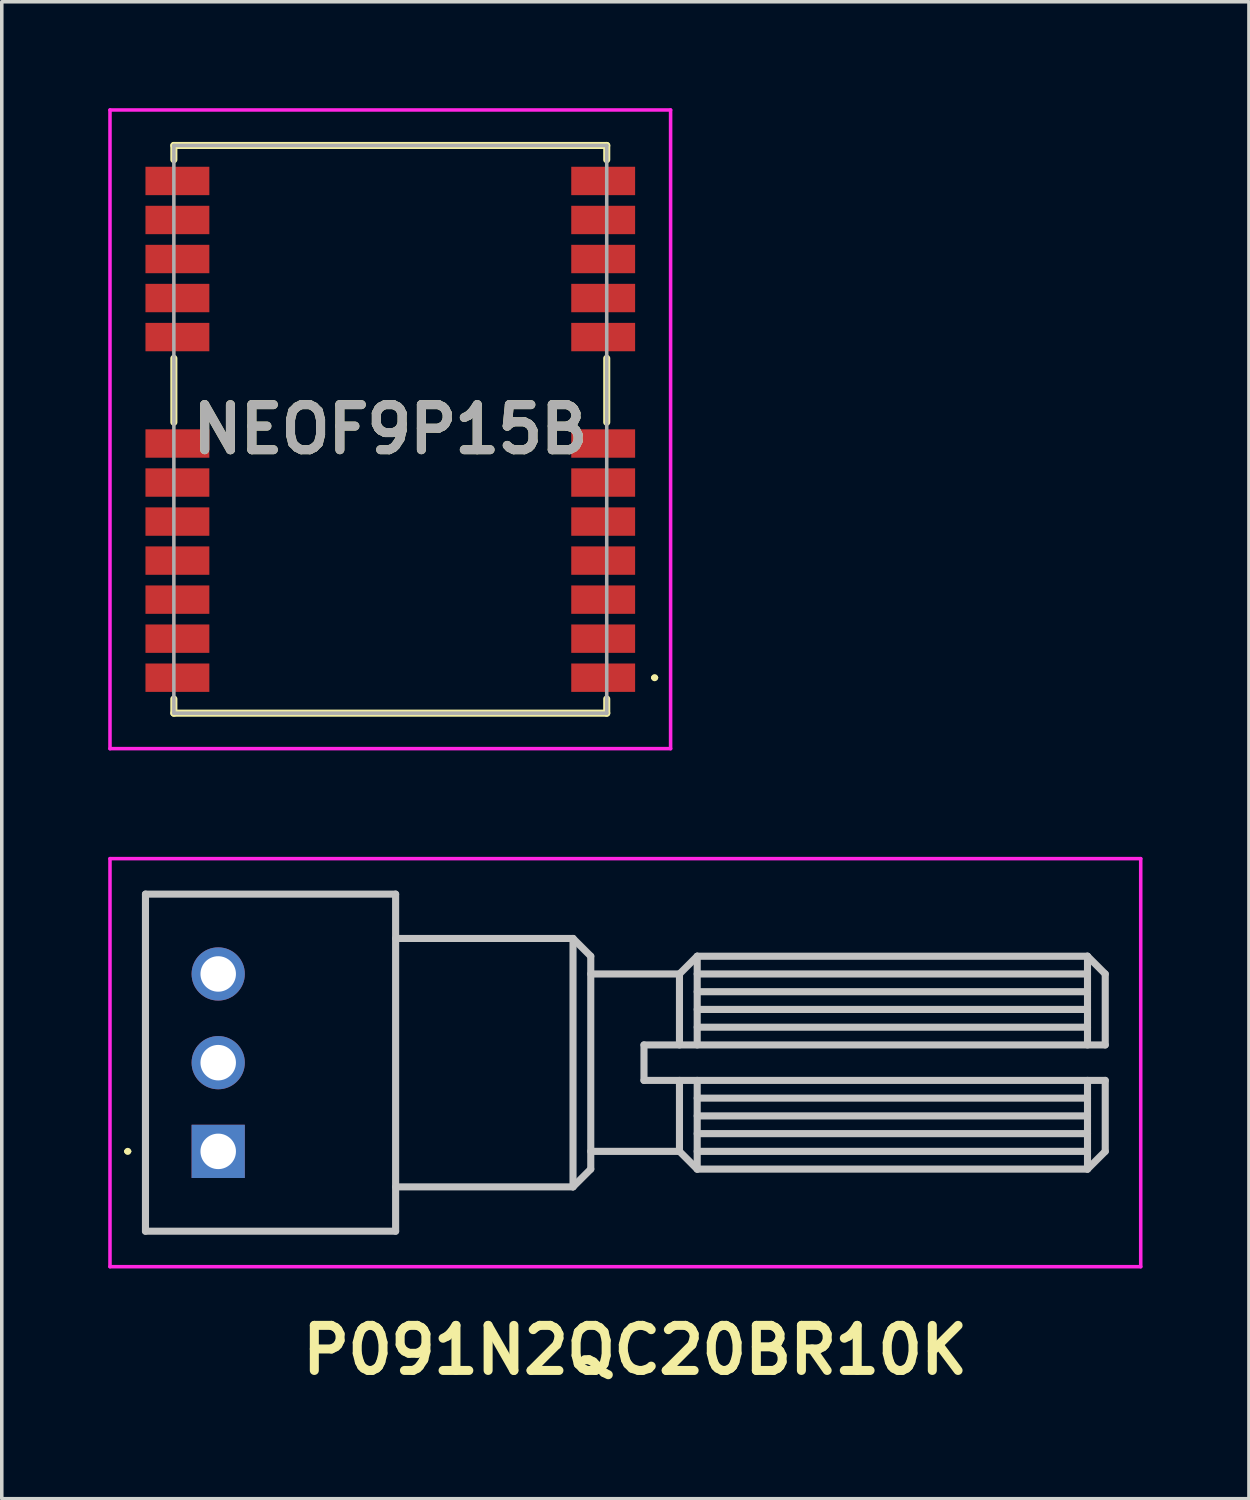
<source format=kicad_pcb>
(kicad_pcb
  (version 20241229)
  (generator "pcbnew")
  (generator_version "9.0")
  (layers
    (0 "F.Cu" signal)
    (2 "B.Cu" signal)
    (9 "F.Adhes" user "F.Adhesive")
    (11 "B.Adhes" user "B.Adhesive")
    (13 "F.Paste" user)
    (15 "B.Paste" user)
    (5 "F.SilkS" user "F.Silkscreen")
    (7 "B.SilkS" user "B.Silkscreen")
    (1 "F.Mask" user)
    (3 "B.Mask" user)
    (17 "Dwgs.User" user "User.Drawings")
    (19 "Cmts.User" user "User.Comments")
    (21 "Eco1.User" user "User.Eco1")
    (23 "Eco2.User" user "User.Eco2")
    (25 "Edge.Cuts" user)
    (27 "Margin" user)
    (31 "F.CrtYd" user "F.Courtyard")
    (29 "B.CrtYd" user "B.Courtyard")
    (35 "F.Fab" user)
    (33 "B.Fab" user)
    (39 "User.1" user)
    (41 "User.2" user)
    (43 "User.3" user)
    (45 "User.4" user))
  (footprint "NEOF9P15B"
    (layer "F.Cu")
    (at 7.95 9.05)
    (property "Reference" "NEOF9P15B" (at 0 0 0) (layer "F.SilkS") (effects (font (size 1.27 1.27) (thickness 0.254))))
    (attr smd)
    (fp_line (start -6.1 -8) (end -6.1 -7.6) (stroke (width 0.2) (type solid)) (layer "F.SilkS"))
    (fp_line (start -6.1 -2) (end -6.1 -0.2) (stroke (width 0.2) (type solid)) (layer "F.SilkS"))
    (fp_line (start -6.1 8) (end -6.1 7.6) (stroke (width 0.2) (type solid)) (layer "F.SilkS"))
    (fp_line (start 6.1 -8) (end -6.1 -8) (stroke (width 0.2) (type solid)) (layer "F.SilkS"))
    (fp_line (start 6.1 -7.6) (end 6.1 -8) (stroke (width 0.2) (type solid)) (layer "F.SilkS"))
    (fp_line (start 6.1 -2) (end 6.1 -0.2) (stroke (width 0.2) (type solid)) (layer "F.SilkS"))
    (fp_line (start 6.1 7.6) (end 6.1 8) (stroke (width 0.2) (type solid)) (layer "F.SilkS"))
    (fp_line (start 6.1 8) (end -6.1 8) (stroke (width 0.2) (type solid)) (layer "F.SilkS"))
    (fp_line (start 7.4 7) (end 7.4 7) (stroke (width 0.1) (type solid)) (layer "F.SilkS"))
    (fp_line (start 7.5 7) (end 7.5 7) (stroke (width 0.1) (type solid)) (layer "F.SilkS"))
    (fp_arc (start 7.4 7) (mid 7.45 6.95) (end 7.5 7) (stroke (width 0.1) (type solid)) (layer "F.SilkS"))
    (fp_arc (start 7.5 7) (mid 7.45 7.05) (end 7.4 7) (stroke (width 0.1) (type solid)) (layer "F.SilkS"))
    (fp_line (start -7.9 -9) (end 7.9 -9) (stroke (width 0.1) (type solid)) (layer "F.CrtYd"))
    (fp_line (start -7.9 9) (end -7.9 -9) (stroke (width 0.1) (type solid)) (layer "F.CrtYd"))
    (fp_line (start 7.9 -9) (end 7.9 9) (stroke (width 0.1) (type solid)) (layer "F.CrtYd"))
    (fp_line (start 7.9 9) (end -7.9 9) (stroke (width 0.1) (type solid)) (layer "F.CrtYd"))
    (fp_line (start -6.1 -8) (end -6.1 8) (stroke (width 0.1) (type solid)) (layer "F.Fab"))
    (fp_line (start -6.1 8) (end 6.1 8) (stroke (width 0.1) (type solid)) (layer "F.Fab"))
    (fp_line (start 6.1 -8) (end -6.1 -8) (stroke (width 0.1) (type solid)) (layer "F.Fab"))
    (fp_line (start 6.1 8) (end 6.1 -8) (stroke (width 0.1) (type solid)) (layer "F.Fab"))
    (fp_text user "${REFERENCE}" (at 0 0 0) (layer "F.Fab") (effects (font (size 1.27 1.27) (thickness 0.254))))
    (pad "1" smd rect (at 6 7 90) (size 0.8 1.8) (layers "F.Cu" "F.Mask" "F.Paste"))
    (pad "2" smd rect (at 6 5.9 90) (size 0.8 1.8) (layers "F.Cu" "F.Mask" "F.Paste"))
    (pad "3" smd rect (at 6 4.8 90) (size 0.8 1.8) (layers "F.Cu" "F.Mask" "F.Paste"))
    (pad "4" smd rect (at 6 3.7 90) (size 0.8 1.8) (layers "F.Cu" "F.Mask" "F.Paste"))
    (pad "5" smd rect (at 6 2.6 90) (size 0.8 1.8) (layers "F.Cu" "F.Mask" "F.Paste"))
    (pad "6" smd rect (at 6 1.5 90) (size 0.8 1.8) (layers "F.Cu" "F.Mask" "F.Paste"))
    (pad "7" smd rect (at 6 0.4 90) (size 0.8 1.8) (layers "F.Cu" "F.Mask" "F.Paste"))
    (pad "8" smd rect (at 6 -2.6 90) (size 0.8 1.8) (layers "F.Cu" "F.Mask" "F.Paste"))
    (pad "9" smd rect (at 6 -3.7 90) (size 0.8 1.8) (layers "F.Cu" "F.Mask" "F.Paste"))
    (pad "10" smd rect (at 6 -4.8 90) (size 0.8 1.8) (layers "F.Cu" "F.Mask" "F.Paste"))
    (pad "11" smd rect (at 6 -5.9 90) (size 0.8 1.8) (layers "F.Cu" "F.Mask" "F.Paste"))
    (pad "12" smd rect (at 6 -7 90) (size 0.8 1.8) (layers "F.Cu" "F.Mask" "F.Paste"))
    (pad "13" smd rect (at -6 -7 90) (size 0.8 1.8) (layers "F.Cu" "F.Mask" "F.Paste"))
    (pad "14" smd rect (at -6 -5.9 90) (size 0.8 1.8) (layers "F.Cu" "F.Mask" "F.Paste"))
    (pad "15" smd rect (at -6 -4.8 90) (size 0.8 1.8) (layers "F.Cu" "F.Mask" "F.Paste"))
    (pad "16" smd rect (at -6 -3.7 90) (size 0.8 1.8) (layers "F.Cu" "F.Mask" "F.Paste"))
    (pad "17" smd rect (at -6 -2.6 90) (size 0.8 1.8) (layers "F.Cu" "F.Mask" "F.Paste"))
    (pad "18" smd rect (at -6 0.4 90) (size 0.8 1.8) (layers "F.Cu" "F.Mask" "F.Paste"))
    (pad "19" smd rect (at -6 1.5 90) (size 0.8 1.8) (layers "F.Cu" "F.Mask" "F.Paste"))
    (pad "20" smd rect (at -6 2.6 90) (size 0.8 1.8) (layers "F.Cu" "F.Mask" "F.Paste"))
    (pad "21" smd rect (at -6 3.7 90) (size 0.8 1.8) (layers "F.Cu" "F.Mask" "F.Paste"))
    (pad "22" smd rect (at -6 4.8 90) (size 0.8 1.8) (layers "F.Cu" "F.Mask" "F.Paste"))
    (pad "23" smd rect (at -6 5.9 90) (size 0.8 1.8) (layers "F.Cu" "F.Mask" "F.Paste"))
    (pad "24" smd rect (at -6 7 90) (size 0.8 1.8) (layers "F.Cu" "F.Mask" "F.Paste")))
  (footprint "P091N2QC20BR10K"
    (layer "F.Cu")
    (at 3.1 29.4)
    (property "Reference" "P091N2QC20BR10K" (at 11.75 5.6 0) (layer "F.SilkS") (effects (font (size 1.27 1.27) (thickness 0.254))))
    (attr through_hole)
    (fp_line (start -2.6 0) (end -2.6 0) (stroke (width 0.1) (type solid)) (layer "F.SilkS"))
    (fp_line (start -2.5 0) (end -2.5 0) (stroke (width 0.1) (type solid)) (layer "F.SilkS"))
    (fp_arc (start -2.6 0) (mid -2.55 -0.05) (end -2.5 0) (stroke (width 0.1) (type solid)) (layer "F.SilkS"))
    (fp_arc (start -2.5 0) (mid -2.55 0.05) (end -2.6 0) (stroke (width 0.1) (type solid)) (layer "F.SilkS"))
    (fp_line (start -2.05 -7.25) (end 5 -7.25) (stroke (width 0.2) (type solid)) (layer "Dwgs.User"))
    (fp_line (start -2.05 2.25) (end -2.05 -7.25) (stroke (width 0.2) (type solid)) (layer "Dwgs.User"))
    (fp_line (start 5 -7.25) (end 5 2.25) (stroke (width 0.2) (type solid)) (layer "Dwgs.User"))
    (fp_line (start 5 -6) (end 10 -6) (stroke (width 0.2) (type solid)) (layer "Dwgs.User"))
    (fp_line (start 5 2.25) (end -2.05 2.25) (stroke (width 0.2) (type solid)) (layer "Dwgs.User"))
    (fp_line (start 10 -6) (end 10 1) (stroke (width 0.2) (type solid)) (layer "Dwgs.User"))
    (fp_line (start 10 -6) (end 10.5 -5.5) (stroke (width 0.2) (type solid)) (layer "Dwgs.User"))
    (fp_line (start 10 1) (end 5 1) (stroke (width 0.2) (type solid)) (layer "Dwgs.User"))
    (fp_line (start 10.5 -5.5) (end 10.5 0.5) (stroke (width 0.2) (type solid)) (layer "Dwgs.User"))
    (fp_line (start 10.5 -5) (end 13 -5) (stroke (width 0.2) (type solid)) (layer "Dwgs.User"))
    (fp_line (start 10.5 0) (end 13 0) (stroke (width 0.2) (type solid)) (layer "Dwgs.User"))
    (fp_line (start 10.5 0.5) (end 10 1) (stroke (width 0.2) (type solid)) (layer "Dwgs.User"))
    (fp_line (start 12 -3) (end 12 -2) (stroke (width 0.2) (type solid)) (layer "Dwgs.User"))
    (fp_line (start 12 -2) (end 25 -2) (stroke (width 0.2) (type solid)) (layer "Dwgs.User"))
    (fp_line (start 13 -5) (end 13.5 -5.5) (stroke (width 0.2) (type solid)) (layer "Dwgs.User"))
    (fp_line (start 13 -3) (end 13 -5) (stroke (width 0.2) (type solid)) (layer "Dwgs.User"))
    (fp_line (start 13 0) (end 13 -2) (stroke (width 0.2) (type solid)) (layer "Dwgs.User"))
    (fp_line (start 13.5 -5.5) (end 13.5 -3) (stroke (width 0.2) (type solid)) (layer "Dwgs.User"))
    (fp_line (start 13.5 -5.5) (end 24.5 -5.5) (stroke (width 0.2) (type solid)) (layer "Dwgs.User"))
    (fp_line (start 13.5 -5) (end 24.5 -5) (stroke (width 0.2) (type solid)) (layer "Dwgs.User"))
    (fp_line (start 13.5 -4.5) (end 24.5 -4.5) (stroke (width 0.2) (type solid)) (layer "Dwgs.User"))
    (fp_line (start 13.5 -4) (end 24.5 -4) (stroke (width 0.2) (type solid)) (layer "Dwgs.User"))
    (fp_line (start 13.5 -3.5) (end 24.5 -3.5) (stroke (width 0.2) (type solid)) (layer "Dwgs.User"))
    (fp_line (start 13.5 -2) (end 13.5 0.5) (stroke (width 0.2) (type solid)) (layer "Dwgs.User"))
    (fp_line (start 13.5 -1.5) (end 24.5 -1.5) (stroke (width 0.2) (type solid)) (layer "Dwgs.User"))
    (fp_line (start 13.5 -1) (end 24.5 -1) (stroke (width 0.2) (type solid)) (layer "Dwgs.User"))
    (fp_line (start 13.5 -0.5) (end 24.5 -0.5) (stroke (width 0.2) (type solid)) (layer "Dwgs.User"))
    (fp_line (start 13.5 0) (end 24.5 0) (stroke (width 0.2) (type solid)) (layer "Dwgs.User"))
    (fp_line (start 13.5 0.5) (end 13 0) (stroke (width 0.2) (type solid)) (layer "Dwgs.User"))
    (fp_line (start 24.5 -5.5) (end 24.5 -3) (stroke (width 0.2) (type solid)) (layer "Dwgs.User"))
    (fp_line (start 24.5 -5.5) (end 25 -5) (stroke (width 0.2) (type solid)) (layer "Dwgs.User"))
    (fp_line (start 24.5 -2) (end 24.5 0.5) (stroke (width 0.2) (type solid)) (layer "Dwgs.User"))
    (fp_line (start 24.5 0.5) (end 13.5 0.5) (stroke (width 0.2) (type solid)) (layer "Dwgs.User"))
    (fp_line (start 25 -5) (end 25 -3) (stroke (width 0.2) (type solid)) (layer "Dwgs.User"))
    (fp_line (start 25 -3) (end 12 -3) (stroke (width 0.2) (type solid)) (layer "Dwgs.User"))
    (fp_line (start 25 -2) (end 25 0) (stroke (width 0.2) (type solid)) (layer "Dwgs.User"))
    (fp_line (start 25 0) (end 24.5 0.5) (stroke (width 0.2) (type solid)) (layer "Dwgs.User"))
    (fp_line (start -3.05 -8.25) (end 26 -8.25) (stroke (width 0.1) (type solid)) (layer "F.CrtYd"))
    (fp_line (start -3.05 3.25) (end -3.05 -8.25) (stroke (width 0.1) (type solid)) (layer "F.CrtYd"))
    (fp_line (start 26 -8.25) (end 26 3.25) (stroke (width 0.1) (type solid)) (layer "F.CrtYd"))
    (fp_line (start 26 3.25) (end -3.05 3.25) (stroke (width 0.1) (type solid)) (layer "F.CrtYd"))
    (fp_line (start -2.05 -7.25) (end 5 -7.25) (stroke (width 0.1) (type solid)) (layer "F.Fab"))
    (fp_line (start -2.05 2.25) (end -2.05 -7.25) (stroke (width 0.1) (type solid)) (layer "F.Fab"))
    (fp_line (start 5 -7.25) (end 5 2.25) (stroke (width 0.1) (type solid)) (layer "F.Fab"))
    (fp_line (start 5 -6) (end 10 -6) (stroke (width 0.1) (type solid)) (layer "F.Fab"))
    (fp_line (start 5 2.25) (end -2.05 2.25) (stroke (width 0.1) (type solid)) (layer "F.Fab"))
    (fp_line (start 10 -6) (end 10 1) (stroke (width 0.1) (type solid)) (layer "F.Fab"))
    (fp_line (start 10 -6) (end 10.5 -5.5) (stroke (width 0.1) (type solid)) (layer "F.Fab"))
    (fp_line (start 10 1) (end 5 1) (stroke (width 0.1) (type solid)) (layer "F.Fab"))
    (fp_line (start 10.5 -5.5) (end 10.5 0.5) (stroke (width 0.1) (type solid)) (layer "F.Fab"))
    (fp_line (start 10.5 -5) (end 13 -5) (stroke (width 0.1) (type solid)) (layer "F.Fab"))
    (fp_line (start 10.5 0) (end 13 0) (stroke (width 0.1) (type solid)) (layer "F.Fab"))
    (fp_line (start 10.5 0.5) (end 10 1) (stroke (width 0.1) (type solid)) (layer "F.Fab"))
    (fp_line (start 12 -3) (end 12 -2) (stroke (width 0.1) (type solid)) (layer "F.Fab"))
    (fp_line (start 12 -2) (end 25 -2) (stroke (width 0.1) (type solid)) (layer "F.Fab"))
    (fp_line (start 13 -5) (end 13.5 -5.5) (stroke (width 0.1) (type solid)) (layer "F.Fab"))
    (fp_line (start 13 -3) (end 13 -5) (stroke (width 0.1) (type solid)) (layer "F.Fab"))
    (fp_line (start 13 0) (end 13 -2) (stroke (width 0.1) (type solid)) (layer "F.Fab"))
    (fp_line (start 13.5 -5.5) (end 13.5 -3) (stroke (width 0.1) (type solid)) (layer "F.Fab"))
    (fp_line (start 13.5 -5.5) (end 24.5 -5.5) (stroke (width 0.1) (type solid)) (layer "F.Fab"))
    (fp_line (start 13.5 -5) (end 24.5 -5) (stroke (width 0.1) (type solid)) (layer "F.Fab"))
    (fp_line (start 13.5 -4.5) (end 24.5 -4.5) (stroke (width 0.1) (type solid)) (layer "F.Fab"))
    (fp_line (start 13.5 -4) (end 24.5 -4) (stroke (width 0.1) (type solid)) (layer "F.Fab"))
    (fp_line (start 13.5 -3.5) (end 24.5 -3.5) (stroke (width 0.1) (type solid)) (layer "F.Fab"))
    (fp_line (start 13.5 -2) (end 13.5 0.5) (stroke (width 0.1) (type solid)) (layer "F.Fab"))
    (fp_line (start 13.5 -1.5) (end 24.5 -1.5) (stroke (width 0.1) (type solid)) (layer "F.Fab"))
    (fp_line (start 13.5 -1) (end 24.5 -1) (stroke (width 0.1) (type solid)) (layer "F.Fab"))
    (fp_line (start 13.5 -0.5) (end 24.5 -0.5) (stroke (width 0.1) (type solid)) (layer "F.Fab"))
    (fp_line (start 13.5 0) (end 24.5 0) (stroke (width 0.1) (type solid)) (layer "F.Fab"))
    (fp_line (start 13.5 0.5) (end 13 0) (stroke (width 0.1) (type solid)) (layer "F.Fab"))
    (fp_line (start 24.5 -5.5) (end 24.5 -3) (stroke (width 0.1) (type solid)) (layer "F.Fab"))
    (fp_line (start 24.5 -5.5) (end 25 -5) (stroke (width 0.1) (type solid)) (layer "F.Fab"))
    (fp_line (start 24.5 -2) (end 24.5 0.5) (stroke (width 0.1) (type solid)) (layer "F.Fab"))
    (fp_line (start 24.5 0.5) (end 13.5 0.5) (stroke (width 0.1) (type solid)) (layer "F.Fab"))
    (fp_line (start 25 -5) (end 25 -3) (stroke (width 0.1) (type solid)) (layer "F.Fab"))
    (fp_line (start 25 -3) (end 12 -3) (stroke (width 0.1) (type solid)) (layer "F.Fab"))
    (fp_line (start 25 -2) (end 25 0) (stroke (width 0.1) (type solid)) (layer "F.Fab"))
    (fp_line (start 25 0) (end 24.5 0.5) (stroke (width 0.1) (type solid)) (layer "F.Fab"))
    (pad "1" thru_hole rect (at 0 0) (size 1.5 1.5) (drill 1) (layers "*.Cu" "*.Mask"))
    (pad "2" thru_hole circle (at 0 -2.5) (size 1.5 1.5) (drill 1) (layers "*.Cu" "*.Mask"))
    (pad "3" thru_hole circle (at 0 -5) (size 1.5 1.5) (drill 1) (layers "*.Cu" "*.Mask")))
  (gr_rect
    (start -3 -3)
    (end 32.15 39.189)
    (stroke (width 0.1) (type default))
    (fill no)
    (layer "Edge.Cuts")))
</source>
